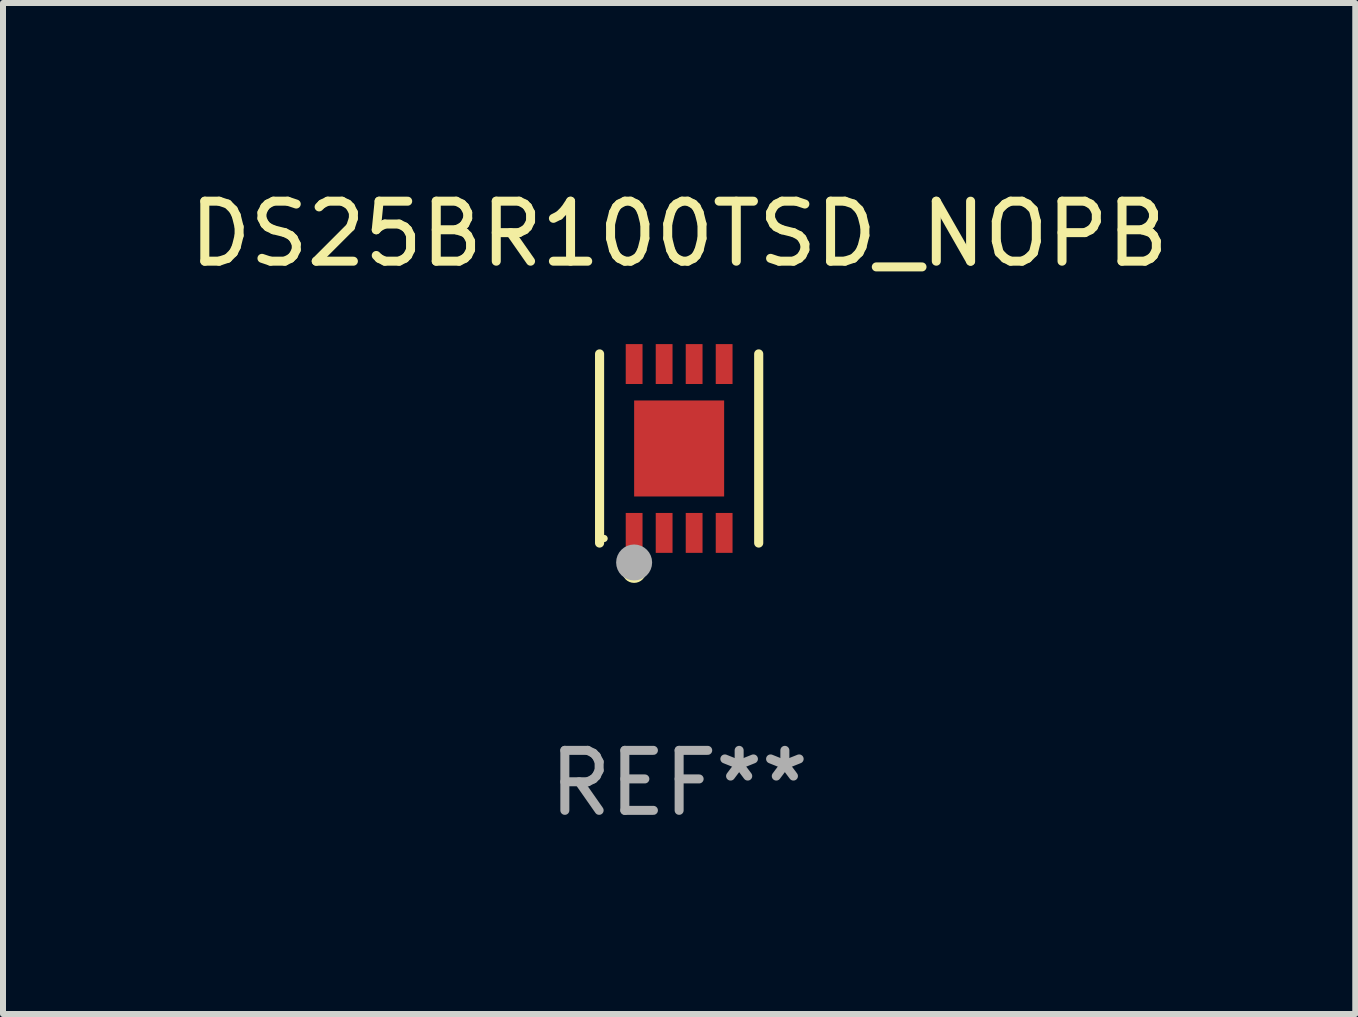
<source format=kicad_pcb>
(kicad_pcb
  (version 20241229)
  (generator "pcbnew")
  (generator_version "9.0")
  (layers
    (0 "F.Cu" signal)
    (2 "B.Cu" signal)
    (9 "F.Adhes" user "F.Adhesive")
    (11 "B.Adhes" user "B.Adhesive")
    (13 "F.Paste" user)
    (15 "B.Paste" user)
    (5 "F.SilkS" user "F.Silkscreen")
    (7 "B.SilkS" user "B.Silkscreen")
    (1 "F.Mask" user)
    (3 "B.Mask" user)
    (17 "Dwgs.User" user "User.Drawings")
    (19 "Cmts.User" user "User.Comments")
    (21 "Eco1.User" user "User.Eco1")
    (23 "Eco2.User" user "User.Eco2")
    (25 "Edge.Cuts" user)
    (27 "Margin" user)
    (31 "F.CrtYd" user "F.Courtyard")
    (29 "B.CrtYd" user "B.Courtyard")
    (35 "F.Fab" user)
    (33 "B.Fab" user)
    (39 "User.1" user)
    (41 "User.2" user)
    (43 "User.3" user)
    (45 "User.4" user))
  (footprint "DS25BR100TSD_NOPB"
    (layer "F.Cu")
    (at 8.268 4.424)
    (property "Reference" "DS25BR100TSD_NOPB" (at 0 -3.576 0) (layer "F.SilkS") (effects (font (size 1 1) (thickness 0.15))))
    (attr through_hole)
    (fp_line (start -1.326 1.576) (end -1.326 -1.576) (stroke (width 0.152) (type solid)) (layer "F.SilkS"))
    (fp_line (start 1.326 -1.576) (end 1.326 1.576) (stroke (width 0.152) (type solid)) (layer "F.SilkS"))
    (fp_circle (center -1.25 1.5) (end -1.22 1.5) (stroke (width 0.06) (type solid)) (fill no) (layer "F.SilkS"))
    (fp_circle (center -0.75 2.04) (end -0.65 2.04) (stroke (width 0.2) (type solid)) (fill no) (layer "F.SilkS"))
    (fp_circle (center -0.75 1.9) (end -0.6 1.9) (stroke (width 0.3) (type solid)) (fill no) (layer "F.Fab"))
    (fp_text user "REF**" (at 0 5.576 0) (layer "F.Fab") (effects (font (size 1 1) (thickness 0.15))))
    (pad "1" smd rect (at -0.75 1.407) (size 0.28 0.665) (layers "F.Cu" "F.Mask" "F.Paste"))
    (pad "2" smd rect (at -0.25 1.407) (size 0.28 0.665) (layers "F.Cu" "F.Mask" "F.Paste"))
    (pad "3" smd rect (at 0.25 1.407) (size 0.28 0.665) (layers "F.Cu" "F.Mask" "F.Paste"))
    (pad "4" smd rect (at 0.75 1.407) (size 0.28 0.665) (layers "F.Cu" "F.Mask" "F.Paste"))
    (pad "5" smd rect (at 0.75 -1.407) (size 0.28 0.665) (layers "F.Cu" "F.Mask" "F.Paste"))
    (pad "6" smd rect (at 0.25 -1.407) (size 0.28 0.665) (layers "F.Cu" "F.Mask" "F.Paste"))
    (pad "7" smd rect (at -0.25 -1.407) (size 0.28 0.665) (layers "F.Cu" "F.Mask" "F.Paste"))
    (pad "8" smd rect (at -0.75 -1.407) (size 0.28 0.665) (layers "F.Cu" "F.Mask" "F.Paste"))
    (pad "9" smd rect (at 0 0) (size 1.5 1.6) (layers "F.Cu" "F.Mask" "F.Paste")))
  (gr_rect
    (start -3 -3)
    (end 19.536 13.849)
    (stroke (width 0.1) (type default))
    (fill no)
    (layer "Edge.Cuts")))
</source>
